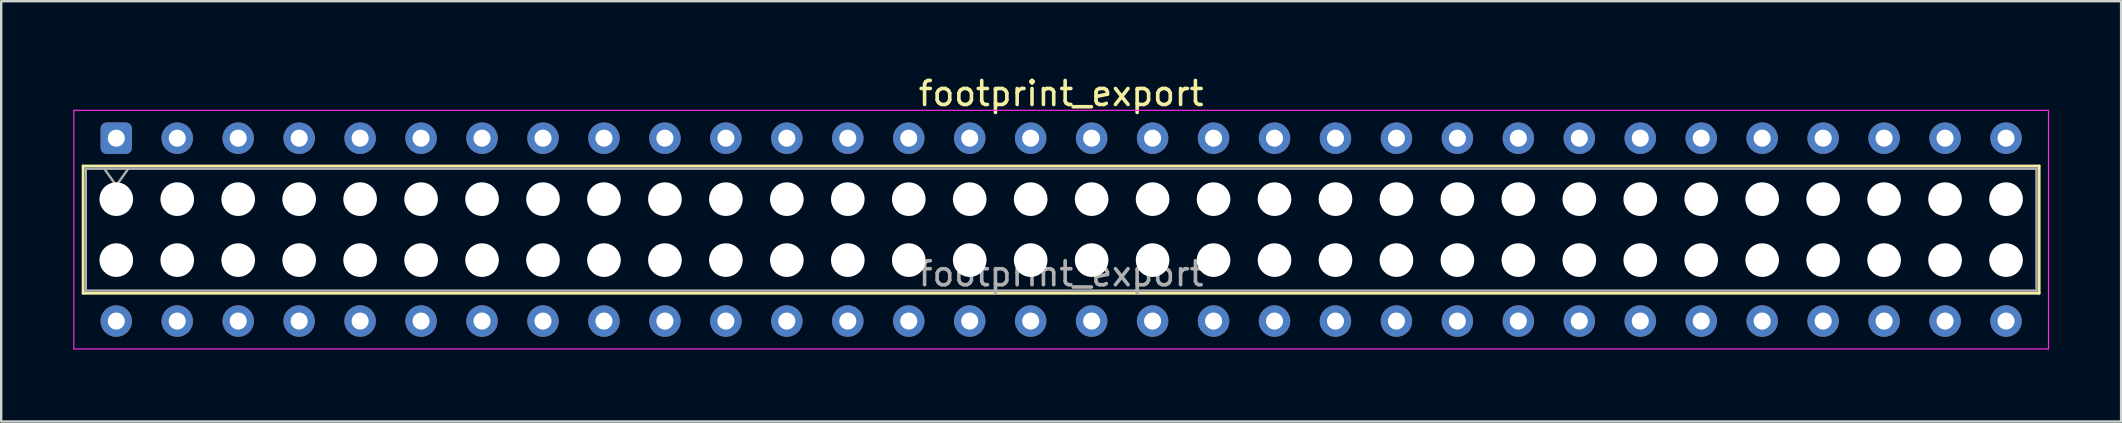
<source format=kicad_pcb>
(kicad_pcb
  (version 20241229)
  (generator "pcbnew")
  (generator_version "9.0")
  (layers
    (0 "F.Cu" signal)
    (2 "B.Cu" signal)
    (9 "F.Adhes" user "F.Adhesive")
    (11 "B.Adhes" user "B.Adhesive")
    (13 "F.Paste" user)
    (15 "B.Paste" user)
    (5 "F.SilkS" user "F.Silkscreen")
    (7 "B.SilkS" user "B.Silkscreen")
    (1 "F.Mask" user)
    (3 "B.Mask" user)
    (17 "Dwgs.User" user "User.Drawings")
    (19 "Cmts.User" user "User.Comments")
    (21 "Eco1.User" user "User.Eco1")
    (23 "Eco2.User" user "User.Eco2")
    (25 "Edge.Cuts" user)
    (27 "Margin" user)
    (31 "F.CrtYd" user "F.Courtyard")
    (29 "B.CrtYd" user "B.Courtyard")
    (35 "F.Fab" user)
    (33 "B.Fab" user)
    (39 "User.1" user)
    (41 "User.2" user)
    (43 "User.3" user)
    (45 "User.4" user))
  (footprint "footprint_export"
    (layer "F.Cu")
    (at 1.795 2.708)
    (property "Reference" "footprint_export" (at 39.37 -1.86 0) (layer "F.SilkS") (effects (font (size 1 1) (thickness 0.15))))
    (attr through_hole)
    (fp_line (start -1.38 1.16) (end 80.12 1.16) (stroke (width 0.12) (type solid)) (layer "F.SilkS"))
    (fp_line (start -1.38 6.46) (end -1.38 1.16) (stroke (width 0.12) (type solid)) (layer "F.SilkS"))
    (fp_line (start 80.12 1.16) (end 80.12 6.46) (stroke (width 0.12) (type solid)) (layer "F.SilkS"))
    (fp_line (start 80.12 6.46) (end -1.38 6.46) (stroke (width 0.12) (type solid)) (layer "F.SilkS"))
    (fp_line (start -1.77 -1.16) (end 80.51 -1.16) (stroke (width 0.05) (type solid)) (layer "F.CrtYd"))
    (fp_line (start -1.77 8.78) (end -1.77 -1.16) (stroke (width 0.05) (type solid)) (layer "F.CrtYd"))
    (fp_line (start 80.51 -1.16) (end 80.51 8.78) (stroke (width 0.05) (type solid)) (layer "F.CrtYd"))
    (fp_line (start 80.51 8.78) (end -1.77 8.78) (stroke (width 0.05) (type solid)) (layer "F.CrtYd"))
    (fp_line (start -1.27 1.27) (end 80.01 1.27) (stroke (width 0.1) (type solid)) (layer "F.Fab"))
    (fp_line (start -1.27 6.35) (end -1.27 1.27) (stroke (width 0.1) (type solid)) (layer "F.Fab"))
    (fp_line (start -0.5 1.27) (end 0 1.977) (stroke (width 0.1) (type solid)) (layer "F.Fab"))
    (fp_line (start 0 1.977) (end 0.5 1.27) (stroke (width 0.1) (type solid)) (layer "F.Fab"))
    (fp_line (start 80.01 1.27) (end 80.01 6.35) (stroke (width 0.1) (type solid)) (layer "F.Fab"))
    (fp_line (start 80.01 6.35) (end -1.27 6.35) (stroke (width 0.1) (type solid)) (layer "F.Fab"))
    (fp_text user "${REFERENCE}" (at 39.37 5.65 0) (layer "F.Fab") (effects (font (size 1 1) (thickness 0.15))))
    (pad "" np_thru_hole circle (at 0 2.54) (size 1.4 1.4) (drill 1.4) (layers "*.Cu" "*.Mask"))
    (pad "" np_thru_hole circle (at 0 5.08) (size 1.4 1.4) (drill 1.4) (layers "*.Cu" "*.Mask"))
    (pad "" np_thru_hole circle (at 2.54 2.54) (size 1.4 1.4) (drill 1.4) (layers "*.Cu" "*.Mask"))
    (pad "" np_thru_hole circle (at 2.54 5.08) (size 1.4 1.4) (drill 1.4) (layers "*.Cu" "*.Mask"))
    (pad "" np_thru_hole circle (at 5.08 2.54) (size 1.4 1.4) (drill 1.4) (layers "*.Cu" "*.Mask"))
    (pad "" np_thru_hole circle (at 5.08 5.08) (size 1.4 1.4) (drill 1.4) (layers "*.Cu" "*.Mask"))
    (pad "" np_thru_hole circle (at 7.62 2.54) (size 1.4 1.4) (drill 1.4) (layers "*.Cu" "*.Mask"))
    (pad "" np_thru_hole circle (at 7.62 5.08) (size 1.4 1.4) (drill 1.4) (layers "*.Cu" "*.Mask"))
    (pad "" np_thru_hole circle (at 10.16 2.54) (size 1.4 1.4) (drill 1.4) (layers "*.Cu" "*.Mask"))
    (pad "" np_thru_hole circle (at 10.16 5.08) (size 1.4 1.4) (drill 1.4) (layers "*.Cu" "*.Mask"))
    (pad "" np_thru_hole circle (at 12.7 2.54) (size 1.4 1.4) (drill 1.4) (layers "*.Cu" "*.Mask"))
    (pad "" np_thru_hole circle (at 12.7 5.08) (size 1.4 1.4) (drill 1.4) (layers "*.Cu" "*.Mask"))
    (pad "" np_thru_hole circle (at 15.24 2.54) (size 1.4 1.4) (drill 1.4) (layers "*.Cu" "*.Mask"))
    (pad "" np_thru_hole circle (at 15.24 5.08) (size 1.4 1.4) (drill 1.4) (layers "*.Cu" "*.Mask"))
    (pad "" np_thru_hole circle (at 17.78 2.54) (size 1.4 1.4) (drill 1.4) (layers "*.Cu" "*.Mask"))
    (pad "" np_thru_hole circle (at 17.78 5.08) (size 1.4 1.4) (drill 1.4) (layers "*.Cu" "*.Mask"))
    (pad "" np_thru_hole circle (at 20.32 2.54) (size 1.4 1.4) (drill 1.4) (layers "*.Cu" "*.Mask"))
    (pad "" np_thru_hole circle (at 20.32 5.08) (size 1.4 1.4) (drill 1.4) (layers "*.Cu" "*.Mask"))
    (pad "" np_thru_hole circle (at 22.86 2.54) (size 1.4 1.4) (drill 1.4) (layers "*.Cu" "*.Mask"))
    (pad "" np_thru_hole circle (at 22.86 5.08) (size 1.4 1.4) (drill 1.4) (layers "*.Cu" "*.Mask"))
    (pad "" np_thru_hole circle (at 25.4 2.54) (size 1.4 1.4) (drill 1.4) (layers "*.Cu" "*.Mask"))
    (pad "" np_thru_hole circle (at 25.4 5.08) (size 1.4 1.4) (drill 1.4) (layers "*.Cu" "*.Mask"))
    (pad "" np_thru_hole circle (at 27.94 2.54) (size 1.4 1.4) (drill 1.4) (layers "*.Cu" "*.Mask"))
    (pad "" np_thru_hole circle (at 27.94 5.08) (size 1.4 1.4) (drill 1.4) (layers "*.Cu" "*.Mask"))
    (pad "" np_thru_hole circle (at 30.48 2.54) (size 1.4 1.4) (drill 1.4) (layers "*.Cu" "*.Mask"))
    (pad "" np_thru_hole circle (at 30.48 5.08) (size 1.4 1.4) (drill 1.4) (layers "*.Cu" "*.Mask"))
    (pad "" np_thru_hole circle (at 33.02 2.54) (size 1.4 1.4) (drill 1.4) (layers "*.Cu" "*.Mask"))
    (pad "" np_thru_hole circle (at 33.02 5.08) (size 1.4 1.4) (drill 1.4) (layers "*.Cu" "*.Mask"))
    (pad "" np_thru_hole circle (at 35.56 2.54) (size 1.4 1.4) (drill 1.4) (layers "*.Cu" "*.Mask"))
    (pad "" np_thru_hole circle (at 35.56 5.08) (size 1.4 1.4) (drill 1.4) (layers "*.Cu" "*.Mask"))
    (pad "" np_thru_hole circle (at 38.1 2.54) (size 1.4 1.4) (drill 1.4) (layers "*.Cu" "*.Mask"))
    (pad "" np_thru_hole circle (at 38.1 5.08) (size 1.4 1.4) (drill 1.4) (layers "*.Cu" "*.Mask"))
    (pad "" np_thru_hole circle (at 40.64 2.54) (size 1.4 1.4) (drill 1.4) (layers "*.Cu" "*.Mask"))
    (pad "" np_thru_hole circle (at 40.64 5.08) (size 1.4 1.4) (drill 1.4) (layers "*.Cu" "*.Mask"))
    (pad "" np_thru_hole circle (at 43.18 2.54) (size 1.4 1.4) (drill 1.4) (layers "*.Cu" "*.Mask"))
    (pad "" np_thru_hole circle (at 43.18 5.08) (size 1.4 1.4) (drill 1.4) (layers "*.Cu" "*.Mask"))
    (pad "" np_thru_hole circle (at 45.72 2.54) (size 1.4 1.4) (drill 1.4) (layers "*.Cu" "*.Mask"))
    (pad "" np_thru_hole circle (at 45.72 5.08) (size 1.4 1.4) (drill 1.4) (layers "*.Cu" "*.Mask"))
    (pad "" np_thru_hole circle (at 48.26 2.54) (size 1.4 1.4) (drill 1.4) (layers "*.Cu" "*.Mask"))
    (pad "" np_thru_hole circle (at 48.26 5.08) (size 1.4 1.4) (drill 1.4) (layers "*.Cu" "*.Mask"))
    (pad "" np_thru_hole circle (at 50.8 2.54) (size 1.4 1.4) (drill 1.4) (layers "*.Cu" "*.Mask"))
    (pad "" np_thru_hole circle (at 50.8 5.08) (size 1.4 1.4) (drill 1.4) (layers "*.Cu" "*.Mask"))
    (pad "" np_thru_hole circle (at 53.34 2.54) (size 1.4 1.4) (drill 1.4) (layers "*.Cu" "*.Mask"))
    (pad "" np_thru_hole circle (at 53.34 5.08) (size 1.4 1.4) (drill 1.4) (layers "*.Cu" "*.Mask"))
    (pad "" np_thru_hole circle (at 55.88 2.54) (size 1.4 1.4) (drill 1.4) (layers "*.Cu" "*.Mask"))
    (pad "" np_thru_hole circle (at 55.88 5.08) (size 1.4 1.4) (drill 1.4) (layers "*.Cu" "*.Mask"))
    (pad "" np_thru_hole circle (at 58.42 2.54) (size 1.4 1.4) (drill 1.4) (layers "*.Cu" "*.Mask"))
    (pad "" np_thru_hole circle (at 58.42 5.08) (size 1.4 1.4) (drill 1.4) (layers "*.Cu" "*.Mask"))
    (pad "" np_thru_hole circle (at 60.96 2.54) (size 1.4 1.4) (drill 1.4) (layers "*.Cu" "*.Mask"))
    (pad "" np_thru_hole circle (at 60.96 5.08) (size 1.4 1.4) (drill 1.4) (layers "*.Cu" "*.Mask"))
    (pad "" np_thru_hole circle (at 63.5 2.54) (size 1.4 1.4) (drill 1.4) (layers "*.Cu" "*.Mask"))
    (pad "" np_thru_hole circle (at 63.5 5.08) (size 1.4 1.4) (drill 1.4) (layers "*.Cu" "*.Mask"))
    (pad "" np_thru_hole circle (at 66.04 2.54) (size 1.4 1.4) (drill 1.4) (layers "*.Cu" "*.Mask"))
    (pad "" np_thru_hole circle (at 66.04 5.08) (size 1.4 1.4) (drill 1.4) (layers "*.Cu" "*.Mask"))
    (pad "" np_thru_hole circle (at 68.58 2.54) (size 1.4 1.4) (drill 1.4) (layers "*.Cu" "*.Mask"))
    (pad "" np_thru_hole circle (at 68.58 5.08) (size 1.4 1.4) (drill 1.4) (layers "*.Cu" "*.Mask"))
    (pad "" np_thru_hole circle (at 71.12 2.54) (size 1.4 1.4) (drill 1.4) (layers "*.Cu" "*.Mask"))
    (pad "" np_thru_hole circle (at 71.12 5.08) (size 1.4 1.4) (drill 1.4) (layers "*.Cu" "*.Mask"))
    (pad "" np_thru_hole circle (at 73.66 2.54) (size 1.4 1.4) (drill 1.4) (layers "*.Cu" "*.Mask"))
    (pad "" np_thru_hole circle (at 73.66 5.08) (size 1.4 1.4) (drill 1.4) (layers "*.Cu" "*.Mask"))
    (pad "" np_thru_hole circle (at 76.2 2.54) (size 1.4 1.4) (drill 1.4) (layers "*.Cu" "*.Mask"))
    (pad "" np_thru_hole circle (at 76.2 5.08) (size 1.4 1.4) (drill 1.4) (layers "*.Cu" "*.Mask"))
    (pad "" np_thru_hole circle (at 78.74 2.54) (size 1.4 1.4) (drill 1.4) (layers "*.Cu" "*.Mask"))
    (pad "" np_thru_hole circle (at 78.74 5.08) (size 1.4 1.4) (drill 1.4) (layers "*.Cu" "*.Mask"))
    (pad "1" thru_hole roundrect (at 0 0) (size 1.31 1.31) (drill 0.71) (layers "*.Cu" "*.Mask") (roundrect_rratio 0.191))
    (pad "2" thru_hole circle (at 0 7.62) (size 1.31 1.31) (drill 0.71) (layers "*.Cu" "*.Mask"))
    (pad "3" thru_hole circle (at 2.54 0) (size 1.31 1.31) (drill 0.71) (layers "*.Cu" "*.Mask"))
    (pad "4" thru_hole circle (at 2.54 7.62) (size 1.31 1.31) (drill 0.71) (layers "*.Cu" "*.Mask"))
    (pad "5" thru_hole circle (at 5.08 0) (size 1.31 1.31) (drill 0.71) (layers "*.Cu" "*.Mask"))
    (pad "6" thru_hole circle (at 5.08 7.62) (size 1.31 1.31) (drill 0.71) (layers "*.Cu" "*.Mask"))
    (pad "7" thru_hole circle (at 7.62 0) (size 1.31 1.31) (drill 0.71) (layers "*.Cu" "*.Mask"))
    (pad "8" thru_hole circle (at 7.62 7.62) (size 1.31 1.31) (drill 0.71) (layers "*.Cu" "*.Mask"))
    (pad "9" thru_hole circle (at 10.16 0) (size 1.31 1.31) (drill 0.71) (layers "*.Cu" "*.Mask"))
    (pad "10" thru_hole circle (at 10.16 7.62) (size 1.31 1.31) (drill 0.71) (layers "*.Cu" "*.Mask"))
    (pad "11" thru_hole circle (at 12.7 0) (size 1.31 1.31) (drill 0.71) (layers "*.Cu" "*.Mask"))
    (pad "12" thru_hole circle (at 12.7 7.62) (size 1.31 1.31) (drill 0.71) (layers "*.Cu" "*.Mask"))
    (pad "13" thru_hole circle (at 15.24 0) (size 1.31 1.31) (drill 0.71) (layers "*.Cu" "*.Mask"))
    (pad "14" thru_hole circle (at 15.24 7.62) (size 1.31 1.31) (drill 0.71) (layers "*.Cu" "*.Mask"))
    (pad "15" thru_hole circle (at 17.78 0) (size 1.31 1.31) (drill 0.71) (layers "*.Cu" "*.Mask"))
    (pad "16" thru_hole circle (at 17.78 7.62) (size 1.31 1.31) (drill 0.71) (layers "*.Cu" "*.Mask"))
    (pad "17" thru_hole circle (at 20.32 0) (size 1.31 1.31) (drill 0.71) (layers "*.Cu" "*.Mask"))
    (pad "18" thru_hole circle (at 20.32 7.62) (size 1.31 1.31) (drill 0.71) (layers "*.Cu" "*.Mask"))
    (pad "19" thru_hole circle (at 22.86 0) (size 1.31 1.31) (drill 0.71) (layers "*.Cu" "*.Mask"))
    (pad "20" thru_hole circle (at 22.86 7.62) (size 1.31 1.31) (drill 0.71) (layers "*.Cu" "*.Mask"))
    (pad "21" thru_hole circle (at 25.4 0) (size 1.31 1.31) (drill 0.71) (layers "*.Cu" "*.Mask"))
    (pad "22" thru_hole circle (at 25.4 7.62) (size 1.31 1.31) (drill 0.71) (layers "*.Cu" "*.Mask"))
    (pad "23" thru_hole circle (at 27.94 0) (size 1.31 1.31) (drill 0.71) (layers "*.Cu" "*.Mask"))
    (pad "24" thru_hole circle (at 27.94 7.62) (size 1.31 1.31) (drill 0.71) (layers "*.Cu" "*.Mask"))
    (pad "25" thru_hole circle (at 30.48 0) (size 1.31 1.31) (drill 0.71) (layers "*.Cu" "*.Mask"))
    (pad "26" thru_hole circle (at 30.48 7.62) (size 1.31 1.31) (drill 0.71) (layers "*.Cu" "*.Mask"))
    (pad "27" thru_hole circle (at 33.02 0) (size 1.31 1.31) (drill 0.71) (layers "*.Cu" "*.Mask"))
    (pad "28" thru_hole circle (at 33.02 7.62) (size 1.31 1.31) (drill 0.71) (layers "*.Cu" "*.Mask"))
    (pad "29" thru_hole circle (at 35.56 0) (size 1.31 1.31) (drill 0.71) (layers "*.Cu" "*.Mask"))
    (pad "30" thru_hole circle (at 35.56 7.62) (size 1.31 1.31) (drill 0.71) (layers "*.Cu" "*.Mask"))
    (pad "31" thru_hole circle (at 38.1 0) (size 1.31 1.31) (drill 0.71) (layers "*.Cu" "*.Mask"))
    (pad "32" thru_hole circle (at 38.1 7.62) (size 1.31 1.31) (drill 0.71) (layers "*.Cu" "*.Mask"))
    (pad "33" thru_hole circle (at 40.64 0) (size 1.31 1.31) (drill 0.71) (layers "*.Cu" "*.Mask"))
    (pad "34" thru_hole circle (at 40.64 7.62) (size 1.31 1.31) (drill 0.71) (layers "*.Cu" "*.Mask"))
    (pad "35" thru_hole circle (at 43.18 0) (size 1.31 1.31) (drill 0.71) (layers "*.Cu" "*.Mask"))
    (pad "36" thru_hole circle (at 43.18 7.62) (size 1.31 1.31) (drill 0.71) (layers "*.Cu" "*.Mask"))
    (pad "37" thru_hole circle (at 45.72 0) (size 1.31 1.31) (drill 0.71) (layers "*.Cu" "*.Mask"))
    (pad "38" thru_hole circle (at 45.72 7.62) (size 1.31 1.31) (drill 0.71) (layers "*.Cu" "*.Mask"))
    (pad "39" thru_hole circle (at 48.26 0) (size 1.31 1.31) (drill 0.71) (layers "*.Cu" "*.Mask"))
    (pad "40" thru_hole circle (at 48.26 7.62) (size 1.31 1.31) (drill 0.71) (layers "*.Cu" "*.Mask"))
    (pad "41" thru_hole circle (at 50.8 0) (size 1.31 1.31) (drill 0.71) (layers "*.Cu" "*.Mask"))
    (pad "42" thru_hole circle (at 50.8 7.62) (size 1.31 1.31) (drill 0.71) (layers "*.Cu" "*.Mask"))
    (pad "43" thru_hole circle (at 53.34 0) (size 1.31 1.31) (drill 0.71) (layers "*.Cu" "*.Mask"))
    (pad "44" thru_hole circle (at 53.34 7.62) (size 1.31 1.31) (drill 0.71) (layers "*.Cu" "*.Mask"))
    (pad "45" thru_hole circle (at 55.88 0) (size 1.31 1.31) (drill 0.71) (layers "*.Cu" "*.Mask"))
    (pad "46" thru_hole circle (at 55.88 7.62) (size 1.31 1.31) (drill 0.71) (layers "*.Cu" "*.Mask"))
    (pad "47" thru_hole circle (at 58.42 0) (size 1.31 1.31) (drill 0.71) (layers "*.Cu" "*.Mask"))
    (pad "48" thru_hole circle (at 58.42 7.62) (size 1.31 1.31) (drill 0.71) (layers "*.Cu" "*.Mask"))
    (pad "49" thru_hole circle (at 60.96 0) (size 1.31 1.31) (drill 0.71) (layers "*.Cu" "*.Mask"))
    (pad "50" thru_hole circle (at 60.96 7.62) (size 1.31 1.31) (drill 0.71) (layers "*.Cu" "*.Mask"))
    (pad "51" thru_hole circle (at 63.5 0) (size 1.31 1.31) (drill 0.71) (layers "*.Cu" "*.Mask"))
    (pad "52" thru_hole circle (at 63.5 7.62) (size 1.31 1.31) (drill 0.71) (layers "*.Cu" "*.Mask"))
    (pad "53" thru_hole circle (at 66.04 0) (size 1.31 1.31) (drill 0.71) (layers "*.Cu" "*.Mask"))
    (pad "54" thru_hole circle (at 66.04 7.62) (size 1.31 1.31) (drill 0.71) (layers "*.Cu" "*.Mask"))
    (pad "55" thru_hole circle (at 68.58 0) (size 1.31 1.31) (drill 0.71) (layers "*.Cu" "*.Mask"))
    (pad "56" thru_hole circle (at 68.58 7.62) (size 1.31 1.31) (drill 0.71) (layers "*.Cu" "*.Mask"))
    (pad "57" thru_hole circle (at 71.12 0) (size 1.31 1.31) (drill 0.71) (layers "*.Cu" "*.Mask"))
    (pad "58" thru_hole circle (at 71.12 7.62) (size 1.31 1.31) (drill 0.71) (layers "*.Cu" "*.Mask"))
    (pad "59" thru_hole circle (at 73.66 0) (size 1.31 1.31) (drill 0.71) (layers "*.Cu" "*.Mask"))
    (pad "60" thru_hole circle (at 73.66 7.62) (size 1.31 1.31) (drill 0.71) (layers "*.Cu" "*.Mask"))
    (pad "61" thru_hole circle (at 76.2 0) (size 1.31 1.31) (drill 0.71) (layers "*.Cu" "*.Mask"))
    (pad "62" thru_hole circle (at 76.2 7.62) (size 1.31 1.31) (drill 0.71) (layers "*.Cu" "*.Mask"))
    (pad "63" thru_hole circle (at 78.74 0) (size 1.31 1.31) (drill 0.71) (layers "*.Cu" "*.Mask"))
    (pad "64" thru_hole circle (at 78.74 7.62) (size 1.31 1.31) (drill 0.71) (layers "*.Cu" "*.Mask")))
  (gr_rect
    (start -3 -3)
    (end 85.33 14.513)
    (stroke (width 0.1) (type default))
    (fill no)
    (layer "Edge.Cuts")))
</source>
